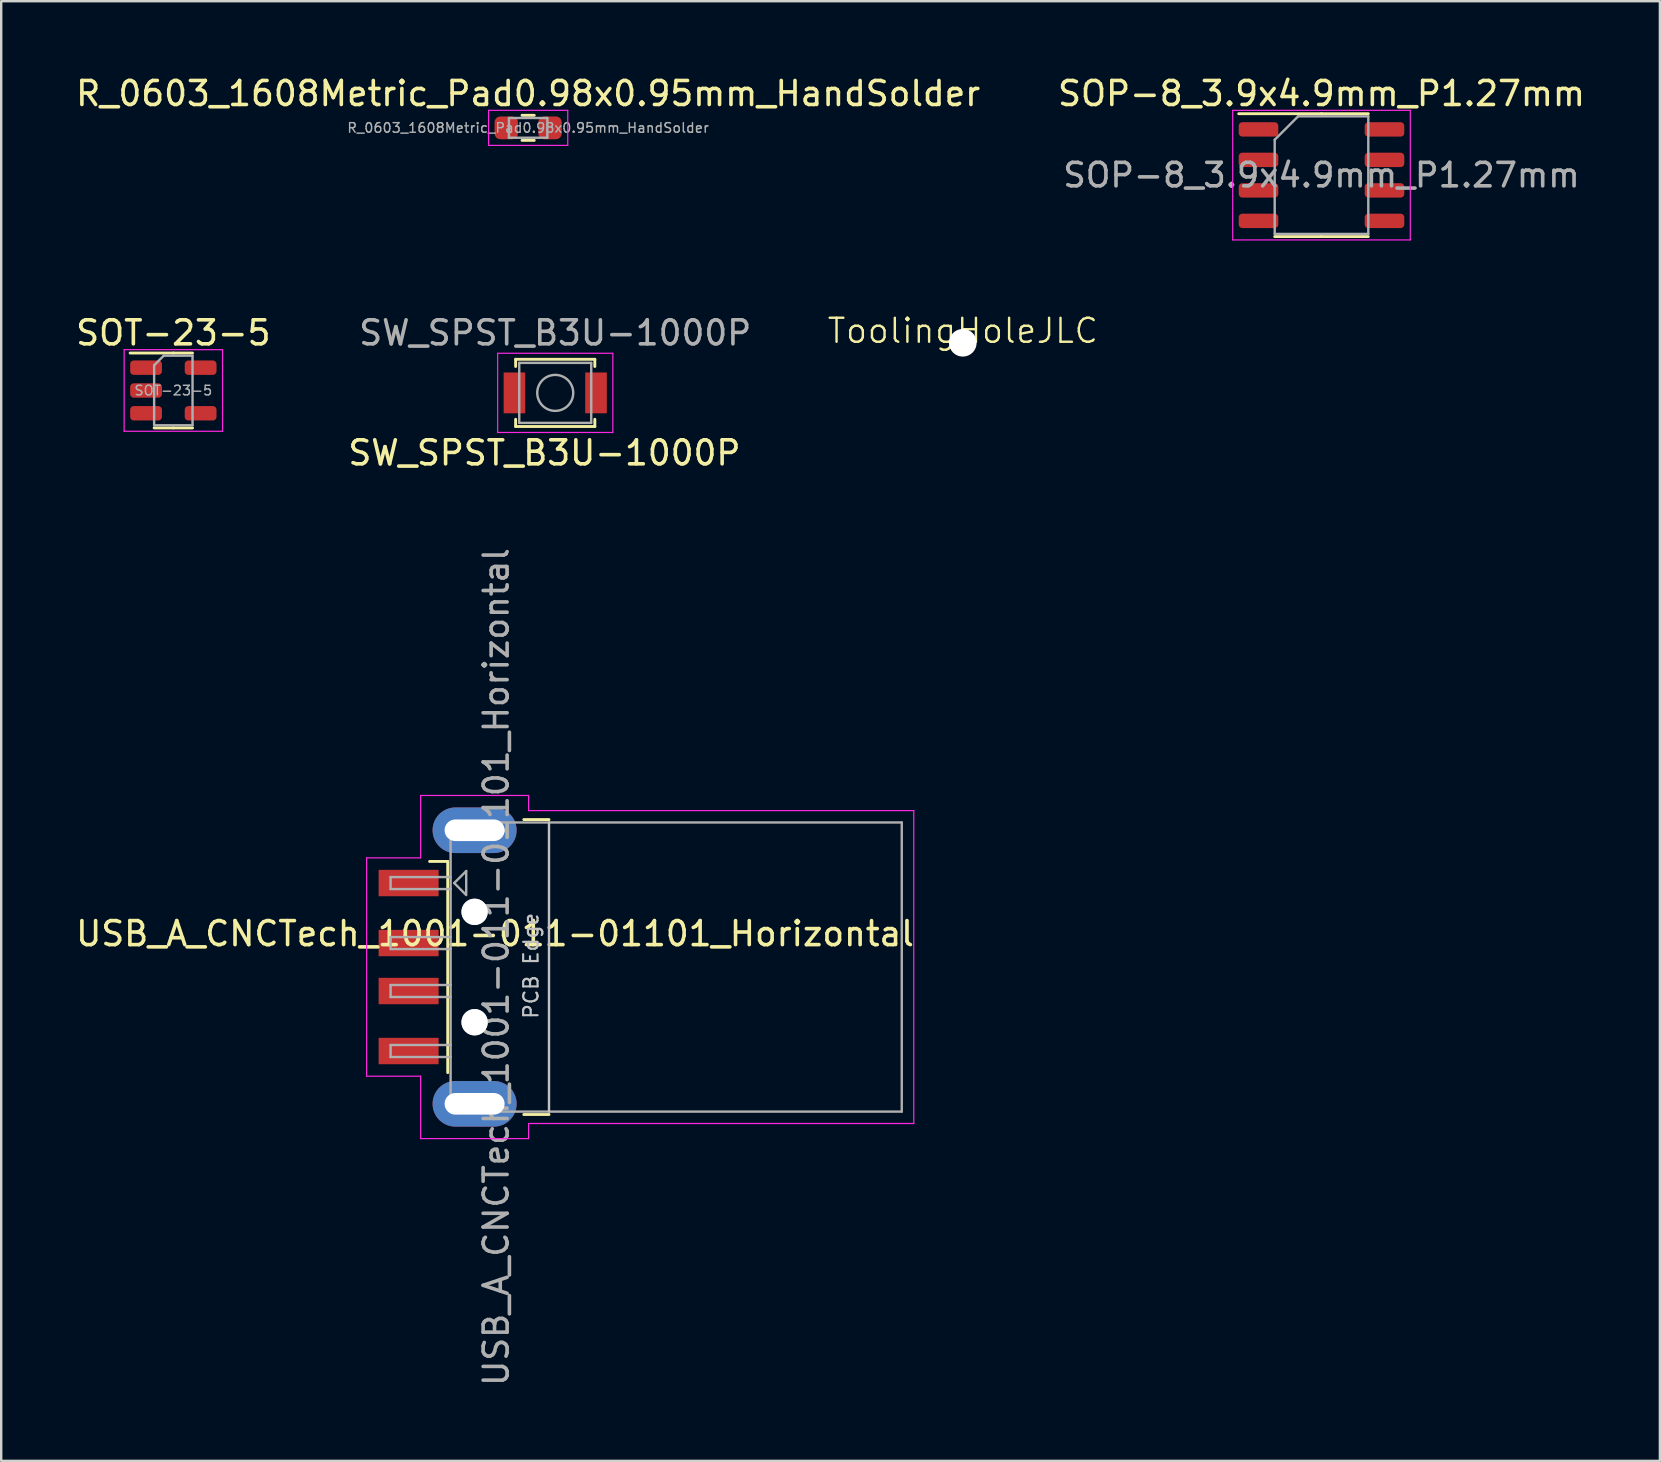
<source format=kicad_pcb>
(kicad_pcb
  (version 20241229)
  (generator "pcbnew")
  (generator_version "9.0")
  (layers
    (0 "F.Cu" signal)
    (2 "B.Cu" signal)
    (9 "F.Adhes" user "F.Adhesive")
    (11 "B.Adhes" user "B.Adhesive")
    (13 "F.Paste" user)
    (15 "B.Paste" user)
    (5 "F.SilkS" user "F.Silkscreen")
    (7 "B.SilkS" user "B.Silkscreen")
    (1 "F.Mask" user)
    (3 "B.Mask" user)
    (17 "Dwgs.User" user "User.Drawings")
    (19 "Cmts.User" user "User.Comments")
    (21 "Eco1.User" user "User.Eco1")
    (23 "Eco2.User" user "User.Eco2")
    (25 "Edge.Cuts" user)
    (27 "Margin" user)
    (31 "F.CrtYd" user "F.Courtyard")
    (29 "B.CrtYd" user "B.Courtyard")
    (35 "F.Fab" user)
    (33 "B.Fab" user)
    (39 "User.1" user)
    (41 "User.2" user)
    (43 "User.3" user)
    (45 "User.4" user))
  (footprint "R_0603_1608Metric_Pad0.98x0.95mm_HandSolder"
    (layer "F.Cu")
    (at 18.958 2.278)
    (property "Reference" "R_0603_1608Metric_Pad0.98x0.95mm_HandSolder" (at 0 -1.43 0) (layer "F.SilkS") (effects (font (size 1 1) (thickness 0.15))))
    (attr smd)
    (fp_line (start -0.255 -0.522) (end 0.255 -0.522) (stroke (width 0.12) (type solid)) (layer "F.SilkS"))
    (fp_line (start -0.255 0.522) (end 0.255 0.522) (stroke (width 0.12) (type solid)) (layer "F.SilkS"))
    (fp_line (start -1.65 -0.73) (end 1.65 -0.73) (stroke (width 0.05) (type solid)) (layer "F.CrtYd"))
    (fp_line (start -1.65 0.73) (end -1.65 -0.73) (stroke (width 0.05) (type solid)) (layer "F.CrtYd"))
    (fp_line (start 1.65 -0.73) (end 1.65 0.73) (stroke (width 0.05) (type solid)) (layer "F.CrtYd"))
    (fp_line (start 1.65 0.73) (end -1.65 0.73) (stroke (width 0.05) (type solid)) (layer "F.CrtYd"))
    (fp_line (start -0.8 -0.412) (end 0.8 -0.412) (stroke (width 0.1) (type solid)) (layer "F.Fab"))
    (fp_line (start -0.8 0.412) (end -0.8 -0.412) (stroke (width 0.1) (type solid)) (layer "F.Fab"))
    (fp_line (start 0.8 -0.412) (end 0.8 0.412) (stroke (width 0.1) (type solid)) (layer "F.Fab"))
    (fp_line (start 0.8 0.412) (end -0.8 0.412) (stroke (width 0.1) (type solid)) (layer "F.Fab"))
    (fp_text user "${REFERENCE}" (at 0 0 0) (layer "F.Fab") (effects (font (size 0.4 0.4) (thickness 0.06))))
    (pad "1" smd roundrect (at -0.912 0) (size 0.975 0.95) (layers "F.Cu" "F.Mask" "F.Paste") (roundrect_rratio 0.25))
    (pad "2" smd roundrect (at 0.912 0) (size 0.975 0.95) (layers "F.Cu" "F.Mask" "F.Paste") (roundrect_rratio 0.25)))
  (footprint "ToolingHoleJLC"
    (layer "F.Cu")
    (at 37.071 11.234)
    (property "Reference" "ToolingHoleJLC" (at 0 -0.5 0) (unlocked yes) (layer "F.SilkS") (effects (font (size 1 1) (thickness 0.1))))
    (attr through_hole)
    (pad "" np_thru_hole circle (at 0 0) (size 1.152 1.152) (drill 1.152) (layers "*.Cu" "*.Mask")))
  (footprint "USB_A_CNCTech_1001-011-01101_Horizontal"
    (layer "F.Cu")
    (at 23.627 37.247)
    (property "Reference" "USB_A_CNCTech_1001-011-01101_Horizontal" (at -6.05 -1.39 180) (layer "F.SilkS") (effects (font (size 1 1) (thickness 0.15))))
    (attr smd)
    (fp_line (start -8.02 -4.4) (end -8.775 -4.4) (stroke (width 0.12) (type solid)) (layer "F.SilkS"))
    (fp_line (start -8.02 -4.4) (end -8.02 4.4) (stroke (width 0.12) (type solid)) (layer "F.SilkS"))
    (fp_line (start -4.85 -6.145) (end -3.8 -6.145) (stroke (width 0.12) (type solid)) (layer "F.SilkS"))
    (fp_line (start -4.85 6.145) (end -3.8 6.145) (stroke (width 0.12) (type solid)) (layer "F.SilkS"))
    (fp_line (start -3.8 6.025) (end -3.8 -6.025) (stroke (width 0.1) (type solid)) (layer "Dwgs.User"))
    (fp_line (start -11.4 -4.55) (end -9.15 -4.55) (stroke (width 0.05) (type solid)) (layer "F.CrtYd"))
    (fp_line (start -11.4 4.55) (end -11.4 -4.55) (stroke (width 0.05) (type solid)) (layer "F.CrtYd"))
    (fp_line (start -11.4 4.55) (end -9.15 4.55) (stroke (width 0.05) (type solid)) (layer "F.CrtYd"))
    (fp_line (start -9.15 -7.15) (end -9.15 -4.55) (stroke (width 0.05) (type solid)) (layer "F.CrtYd"))
    (fp_line (start -9.15 -7.15) (end -4.65 -7.15) (stroke (width 0.05) (type solid)) (layer "F.CrtYd"))
    (fp_line (start -9.15 4.55) (end -9.15 7.15) (stroke (width 0.05) (type solid)) (layer "F.CrtYd"))
    (fp_line (start -9.15 7.15) (end -4.65 7.15) (stroke (width 0.05) (type solid)) (layer "F.CrtYd"))
    (fp_line (start -4.65 -6.52) (end -4.65 -7.15) (stroke (width 0.05) (type solid)) (layer "F.CrtYd"))
    (fp_line (start -4.65 -6.52) (end 11.4 -6.52) (stroke (width 0.05) (type solid)) (layer "F.CrtYd"))
    (fp_line (start -4.65 6.52) (end 11.4 6.52) (stroke (width 0.05) (type solid)) (layer "F.CrtYd"))
    (fp_line (start -4.65 7.15) (end -4.65 6.52) (stroke (width 0.05) (type solid)) (layer "F.CrtYd"))
    (fp_line (start 11.4 6.52) (end 11.4 -6.52) (stroke (width 0.05) (type solid)) (layer "F.CrtYd"))
    (fp_line (start -10.4 -3.75) (end -7.9 -3.75) (stroke (width 0.1) (type solid)) (layer "F.Fab"))
    (fp_line (start -10.4 -3.25) (end -10.4 -3.75) (stroke (width 0.1) (type solid)) (layer "F.Fab"))
    (fp_line (start -10.4 -3.25) (end -7.9 -3.25) (stroke (width 0.1) (type solid)) (layer "F.Fab"))
    (fp_line (start -10.4 -1.25) (end -7.9 -1.25) (stroke (width 0.1) (type solid)) (layer "F.Fab"))
    (fp_line (start -10.4 -0.75) (end -10.4 -1.25) (stroke (width 0.1) (type solid)) (layer "F.Fab"))
    (fp_line (start -10.4 -0.75) (end -7.9 -0.75) (stroke (width 0.1) (type solid)) (layer "F.Fab"))
    (fp_line (start -10.4 0.75) (end -7.9 0.75) (stroke (width 0.1) (type solid)) (layer "F.Fab"))
    (fp_line (start -10.4 1.25) (end -10.4 0.75) (stroke (width 0.1) (type solid)) (layer "F.Fab"))
    (fp_line (start -10.4 1.25) (end -7.9 1.25) (stroke (width 0.1) (type solid)) (layer "F.Fab"))
    (fp_line (start -10.4 3.25) (end -7.9 3.25) (stroke (width 0.1) (type solid)) (layer "F.Fab"))
    (fp_line (start -10.4 3.75) (end -10.4 3.25) (stroke (width 0.1) (type solid)) (layer "F.Fab"))
    (fp_line (start -10.4 3.75) (end -7.9 3.75) (stroke (width 0.1) (type solid)) (layer "F.Fab"))
    (fp_line (start -7.9 -6.025) (end 10.9 -6.025) (stroke (width 0.1) (type solid)) (layer "F.Fab"))
    (fp_line (start -7.9 6.025) (end -7.9 -6.025) (stroke (width 0.1) (type solid)) (layer "F.Fab"))
    (fp_line (start -7.9 6.025) (end 10.9 6.025) (stroke (width 0.1) (type solid)) (layer "F.Fab"))
    (fp_line (start -7.75 -3.5) (end -7.25 -4) (stroke (width 0.1) (type solid)) (layer "F.Fab"))
    (fp_line (start -7.75 -3.5) (end -7.25 -3) (stroke (width 0.1) (type solid)) (layer "F.Fab"))
    (fp_line (start -7.25 -4) (end -7.25 -3.05) (stroke (width 0.1) (type solid)) (layer "F.Fab"))
    (fp_line (start 10.9 6.025) (end 10.9 -6.025) (stroke (width 0.1) (type solid)) (layer "F.Fab"))
    (fp_circle (center -6.9 -2.3) (end -6.9 -2.8) (stroke (width 0.1) (type solid)) (fill no) (layer "F.Fab"))
    (fp_circle (center -6.9 2.3) (end -6.9 2.8) (stroke (width 0.1) (type solid)) (fill no) (layer "F.Fab"))
    (fp_text user "PCB Edge" (at -4.55 -0.05 90) (layer "Dwgs.User") (effects (font (size 0.6 0.6) (thickness 0.09))))
    (fp_text user "${REFERENCE}" (at -6 0 90) (layer "F.Fab") (effects (font (size 1 1) (thickness 0.15))))
    (pad "" np_thru_hole circle (at -6.9 -2.3) (size 1.1 1.1) (drill 1.1) (layers "*.Cu" "*.Mask"))
    (pad "" np_thru_hole circle (at -6.9 2.3) (size 1.1 1.1) (drill 1.1) (layers "*.Cu" "*.Mask"))
    (pad "1" smd rect (at -9.65 -3.5) (size 2.5 1.1) (layers "F.Cu" "F.Mask" "F.Paste"))
    (pad "2" smd rect (at -9.65 -1) (size 2.5 1.1) (layers "F.Cu" "F.Mask" "F.Paste"))
    (pad "3" smd rect (at -9.65 1) (size 2.5 1.1) (layers "F.Cu" "F.Mask" "F.Paste"))
    (pad "4" smd rect (at -9.65 3.5) (size 2.5 1.1) (layers "F.Cu" "F.Mask" "F.Paste"))
    (pad "5" thru_hole oval (at -6.9 -5.7) (size 3.5 1.9) (drill oval 2.5 0.9) (layers "*.Cu" "*.Mask"))
    (pad "5" thru_hole oval (at -6.9 5.7) (size 3.5 1.9) (drill oval 2.5 0.9) (layers "*.Cu" "*.Mask")))
  (footprint "SOT-23-5"
    (layer "F.Cu")
    (at 4.173 13.222)
    (property "Reference" "SOT-23-5" (at 0 -2.4 0) (layer "F.SilkS") (effects (font (size 1 1) (thickness 0.15))))
    (attr smd)
    (fp_line (start 0 -1.56) (end -1.8 -1.56) (stroke (width 0.12) (type solid)) (layer "F.SilkS"))
    (fp_line (start 0 -1.56) (end 0.8 -1.56) (stroke (width 0.12) (type solid)) (layer "F.SilkS"))
    (fp_line (start 0 1.56) (end -0.8 1.56) (stroke (width 0.12) (type solid)) (layer "F.SilkS"))
    (fp_line (start 0 1.56) (end 0.8 1.56) (stroke (width 0.12) (type solid)) (layer "F.SilkS"))
    (fp_line (start -2.05 -1.7) (end -2.05 1.7) (stroke (width 0.05) (type solid)) (layer "F.CrtYd"))
    (fp_line (start -2.05 1.7) (end 2.05 1.7) (stroke (width 0.05) (type solid)) (layer "F.CrtYd"))
    (fp_line (start 2.05 -1.7) (end -2.05 -1.7) (stroke (width 0.05) (type solid)) (layer "F.CrtYd"))
    (fp_line (start 2.05 1.7) (end 2.05 -1.7) (stroke (width 0.05) (type solid)) (layer "F.CrtYd"))
    (fp_line (start -0.8 -1.05) (end -0.4 -1.45) (stroke (width 0.1) (type solid)) (layer "F.Fab"))
    (fp_line (start -0.8 1.45) (end -0.8 -1.05) (stroke (width 0.1) (type solid)) (layer "F.Fab"))
    (fp_line (start -0.4 -1.45) (end 0.8 -1.45) (stroke (width 0.1) (type solid)) (layer "F.Fab"))
    (fp_line (start 0.8 -1.45) (end 0.8 1.45) (stroke (width 0.1) (type solid)) (layer "F.Fab"))
    (fp_line (start 0.8 1.45) (end -0.8 1.45) (stroke (width 0.1) (type solid)) (layer "F.Fab"))
    (fp_text user "${REFERENCE}" (at 0 0 0) (layer "F.Fab") (effects (font (size 0.4 0.4) (thickness 0.06))))
    (pad "1" smd roundrect (at -1.137 -0.95) (size 1.325 0.6) (layers "F.Cu" "F.Mask" "F.Paste") (roundrect_rratio 0.25))
    (pad "2" smd roundrect (at -1.137 0) (size 1.325 0.6) (layers "F.Cu" "F.Mask" "F.Paste") (roundrect_rratio 0.25))
    (pad "3" smd roundrect (at -1.137 0.95) (size 1.325 0.6) (layers "F.Cu" "F.Mask" "F.Paste") (roundrect_rratio 0.25))
    (pad "4" smd roundrect (at 1.137 0.95) (size 1.325 0.6) (layers "F.Cu" "F.Mask" "F.Paste") (roundrect_rratio 0.25))
    (pad "5" smd roundrect (at 1.137 -0.95) (size 1.325 0.6) (layers "F.Cu" "F.Mask" "F.Paste") (roundrect_rratio 0.25)))
  (footprint "SW_SPST_B3U-1000P"
    (layer "F.Cu")
    (at 20.087 13.322)
    (property "Reference" "SW_SPST_B3U-1000P" (at -0.45 2.5 0) (layer "F.SilkS") (effects (font (size 1 1) (thickness 0.15))))
    (attr smd)
    (fp_line (start -1.65 -1.4) (end 1.65 -1.4) (stroke (width 0.12) (type solid)) (layer "F.SilkS"))
    (fp_line (start -1.65 -1.1) (end -1.65 -1.4) (stroke (width 0.12) (type solid)) (layer "F.SilkS"))
    (fp_line (start -1.65 1.1) (end -1.65 1.4) (stroke (width 0.12) (type solid)) (layer "F.SilkS"))
    (fp_line (start -1.65 1.4) (end 1.65 1.4) (stroke (width 0.12) (type solid)) (layer "F.SilkS"))
    (fp_line (start 1.65 -1.4) (end 1.65 -1.1) (stroke (width 0.12) (type solid)) (layer "F.SilkS"))
    (fp_line (start 1.65 1.4) (end 1.65 1.1) (stroke (width 0.12) (type solid)) (layer "F.SilkS"))
    (fp_line (start -2.4 -1.65) (end -2.4 1.65) (stroke (width 0.05) (type solid)) (layer "F.CrtYd"))
    (fp_line (start -2.4 1.65) (end 2.4 1.65) (stroke (width 0.05) (type solid)) (layer "F.CrtYd"))
    (fp_line (start 2.4 -1.65) (end -2.4 -1.65) (stroke (width 0.05) (type solid)) (layer "F.CrtYd"))
    (fp_line (start 2.4 1.65) (end 2.4 -1.65) (stroke (width 0.05) (type solid)) (layer "F.CrtYd"))
    (fp_line (start -1.5 -1.25) (end 1.5 -1.25) (stroke (width 0.1) (type solid)) (layer "F.Fab"))
    (fp_line (start -1.5 1.25) (end -1.5 -1.25) (stroke (width 0.1) (type solid)) (layer "F.Fab"))
    (fp_line (start 1.5 -1.25) (end 1.5 1.25) (stroke (width 0.1) (type solid)) (layer "F.Fab"))
    (fp_line (start 1.5 1.25) (end -1.5 1.25) (stroke (width 0.1) (type solid)) (layer "F.Fab"))
    (fp_circle (center 0 0) (end 0.75 0) (stroke (width 0.1) (type solid)) (fill no) (layer "F.Fab"))
    (fp_text user "${REFERENCE}" (at 0 -2.5 0) (layer "F.Fab") (effects (font (size 1 1) (thickness 0.15))))
    (pad "1" smd rect (at -1.7 0) (size 0.9 1.7) (layers "F.Cu" "F.Mask" "F.Paste"))
    (pad "2" smd rect (at 1.7 0) (size 0.9 1.7) (layers "F.Cu" "F.Mask" "F.Paste")))
  (footprint "SOP-8_3.9x4.9mm_P1.27mm"
    (layer "F.Cu")
    (at 52.018 4.248)
    (property "Reference" "SOP-8_3.9x4.9mm_P1.27mm" (at 0 -3.4 0) (layer "F.SilkS") (effects (font (size 1 1) (thickness 0.15))))
    (attr smd)
    (fp_line (start 0 -2.56) (end -3.45 -2.56) (stroke (width 0.12) (type solid)) (layer "F.SilkS"))
    (fp_line (start 0 -2.56) (end 1.95 -2.56) (stroke (width 0.12) (type solid)) (layer "F.SilkS"))
    (fp_line (start 0 2.56) (end -1.95 2.56) (stroke (width 0.12) (type solid)) (layer "F.SilkS"))
    (fp_line (start 0 2.56) (end 1.95 2.56) (stroke (width 0.12) (type solid)) (layer "F.SilkS"))
    (fp_line (start -3.7 -2.7) (end -3.7 2.7) (stroke (width 0.05) (type solid)) (layer "F.CrtYd"))
    (fp_line (start -3.7 2.7) (end 3.7 2.7) (stroke (width 0.05) (type solid)) (layer "F.CrtYd"))
    (fp_line (start 3.7 -2.7) (end -3.7 -2.7) (stroke (width 0.05) (type solid)) (layer "F.CrtYd"))
    (fp_line (start 3.7 2.7) (end 3.7 -2.7) (stroke (width 0.05) (type solid)) (layer "F.CrtYd"))
    (fp_line (start -1.95 -1.475) (end -0.975 -2.45) (stroke (width 0.1) (type solid)) (layer "F.Fab"))
    (fp_line (start -1.95 2.45) (end -1.95 -1.475) (stroke (width 0.1) (type solid)) (layer "F.Fab"))
    (fp_line (start -0.975 -2.45) (end 1.95 -2.45) (stroke (width 0.1) (type solid)) (layer "F.Fab"))
    (fp_line (start 1.95 -2.45) (end 1.95 2.45) (stroke (width 0.1) (type solid)) (layer "F.Fab"))
    (fp_line (start 1.95 2.45) (end -1.95 2.45) (stroke (width 0.1) (type solid)) (layer "F.Fab"))
    (fp_text user "${REFERENCE}" (at 0 0 0) (layer "F.Fab") (effects (font (size 0.98 0.98) (thickness 0.15))))
    (pad "1" smd roundrect (at -2.625 -1.905) (size 1.65 0.6) (layers "F.Cu" "F.Mask" "F.Paste") (roundrect_rratio 0.25))
    (pad "2" smd roundrect (at -2.625 -0.635) (size 1.65 0.6) (layers "F.Cu" "F.Mask" "F.Paste") (roundrect_rratio 0.25))
    (pad "3" smd roundrect (at -2.625 0.635) (size 1.65 0.6) (layers "F.Cu" "F.Mask" "F.Paste") (roundrect_rratio 0.25))
    (pad "4" smd roundrect (at -2.625 1.905) (size 1.65 0.6) (layers "F.Cu" "F.Mask" "F.Paste") (roundrect_rratio 0.25))
    (pad "5" smd roundrect (at 2.625 1.905) (size 1.65 0.6) (layers "F.Cu" "F.Mask" "F.Paste") (roundrect_rratio 0.25))
    (pad "6" smd roundrect (at 2.625 0.635) (size 1.65 0.6) (layers "F.Cu" "F.Mask" "F.Paste") (roundrect_rratio 0.25))
    (pad "7" smd roundrect (at 2.625 -0.635) (size 1.65 0.6) (layers "F.Cu" "F.Mask" "F.Paste") (roundrect_rratio 0.25))
    (pad "8" smd roundrect (at 2.625 -1.905) (size 1.65 0.6) (layers "F.Cu" "F.Mask" "F.Paste") (roundrect_rratio 0.25)))
  (gr_rect
    (start -3 -3)
    (end 66.119 57.825)
    (stroke (width 0.1) (type default))
    (fill no)
    (layer "Edge.Cuts")))
</source>
